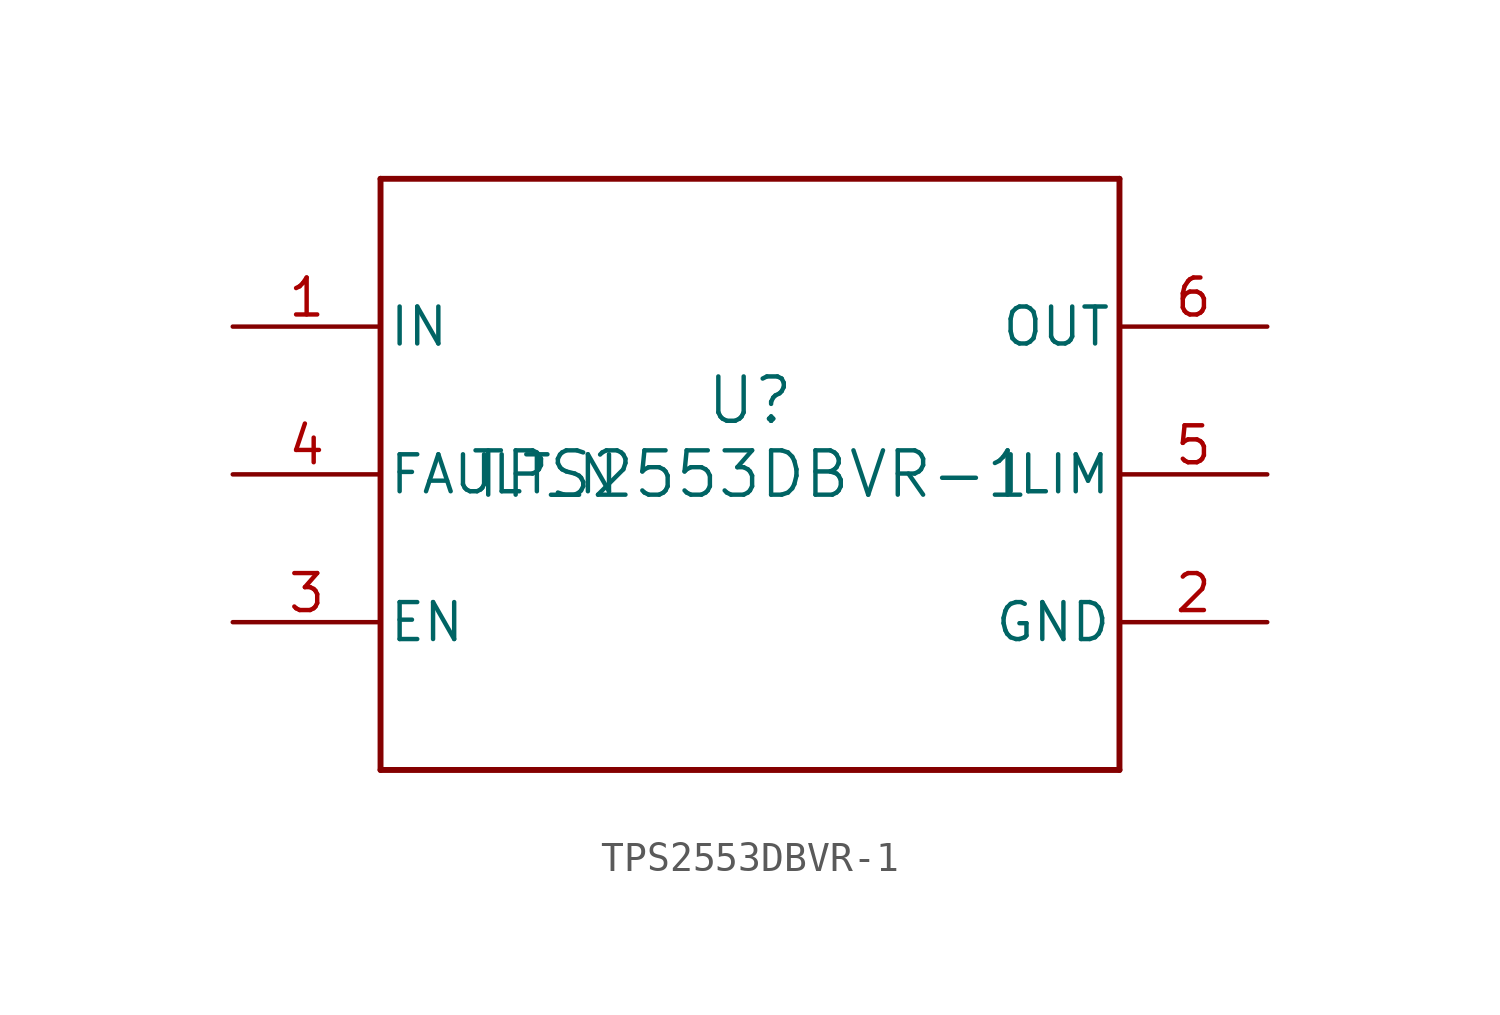
<source format=kicad_sym>
(kicad_symbol_lib
  (version 20211014)
  (generator kicad_symbol_editor)
  (symbol "TPS2553DBVR-1"
    (pin_names
      (offset 0.254))
    (property "Reference" "U"
      (at 0 2.54 0)
      (effects (font (size 1.524 1.524))))
    (property "Value" "TPS2553DBVR-1"
      (at 0 0 0)
      (effects (font (size 1.524 1.524))))
    (symbol "TPS2553DBVR-1_0_1"
      (polyline (pts (xy -12.7 -10.16) (xy 12.7 -10.16)) (stroke (width 0.203) (type default) (color 0 0 0 0)) (fill (type none)))
      (polyline (pts (xy 12.7 -10.16) (xy 12.7 10.16)) (stroke (width 0.203) (type default) (color 0 0 0 0)) (fill (type none)))
      (polyline (pts (xy 12.7 10.16) (xy -12.7 10.16)) (stroke (width 0.203) (type default) (color 0 0 0 0)) (fill (type none)))
      (polyline (pts (xy -12.7 10.16) (xy -12.7 -10.16)) (stroke (width 0.203) (type default) (color 0 0 0 0)) (fill (type none)))
      (pin power_in line (at -17.78 5.08 0) (length 5.08) (name "IN" (effects (font (size 1.27 1.27)))) (number "1" (effects (font (size 1.27 1.27)))))
      (pin power_in line (at 17.78 -5.08 180) (length 5.08) (name "GND" (effects (font (size 1.27 1.27)))) (number "2" (effects (font (size 1.27 1.27)))))
      (pin input line (at -17.78 -5.08 0) (length 5.08) (name "EN" (effects (font (size 1.27 1.27)))) (number "3" (effects (font (size 1.27 1.27)))))
      (pin open_collector line (at -17.78 0 0) (length 5.08) (name "FAULT_N" (effects (font (size 1.27 1.27)))) (number "4" (effects (font (size 1.27 1.27)))))
      (pin input line (at 17.78 0 180) (length 5.08) (name "ILIM" (effects (font (size 1.27 1.27)))) (number "5" (effects (font (size 1.27 1.27)))))
      (pin power_in line (at 17.78 5.08 180) (length 5.08) (name "OUT" (effects (font (size 1.27 1.27)))) (number "6" (effects (font (size 1.27 1.27))))))))
</source>
